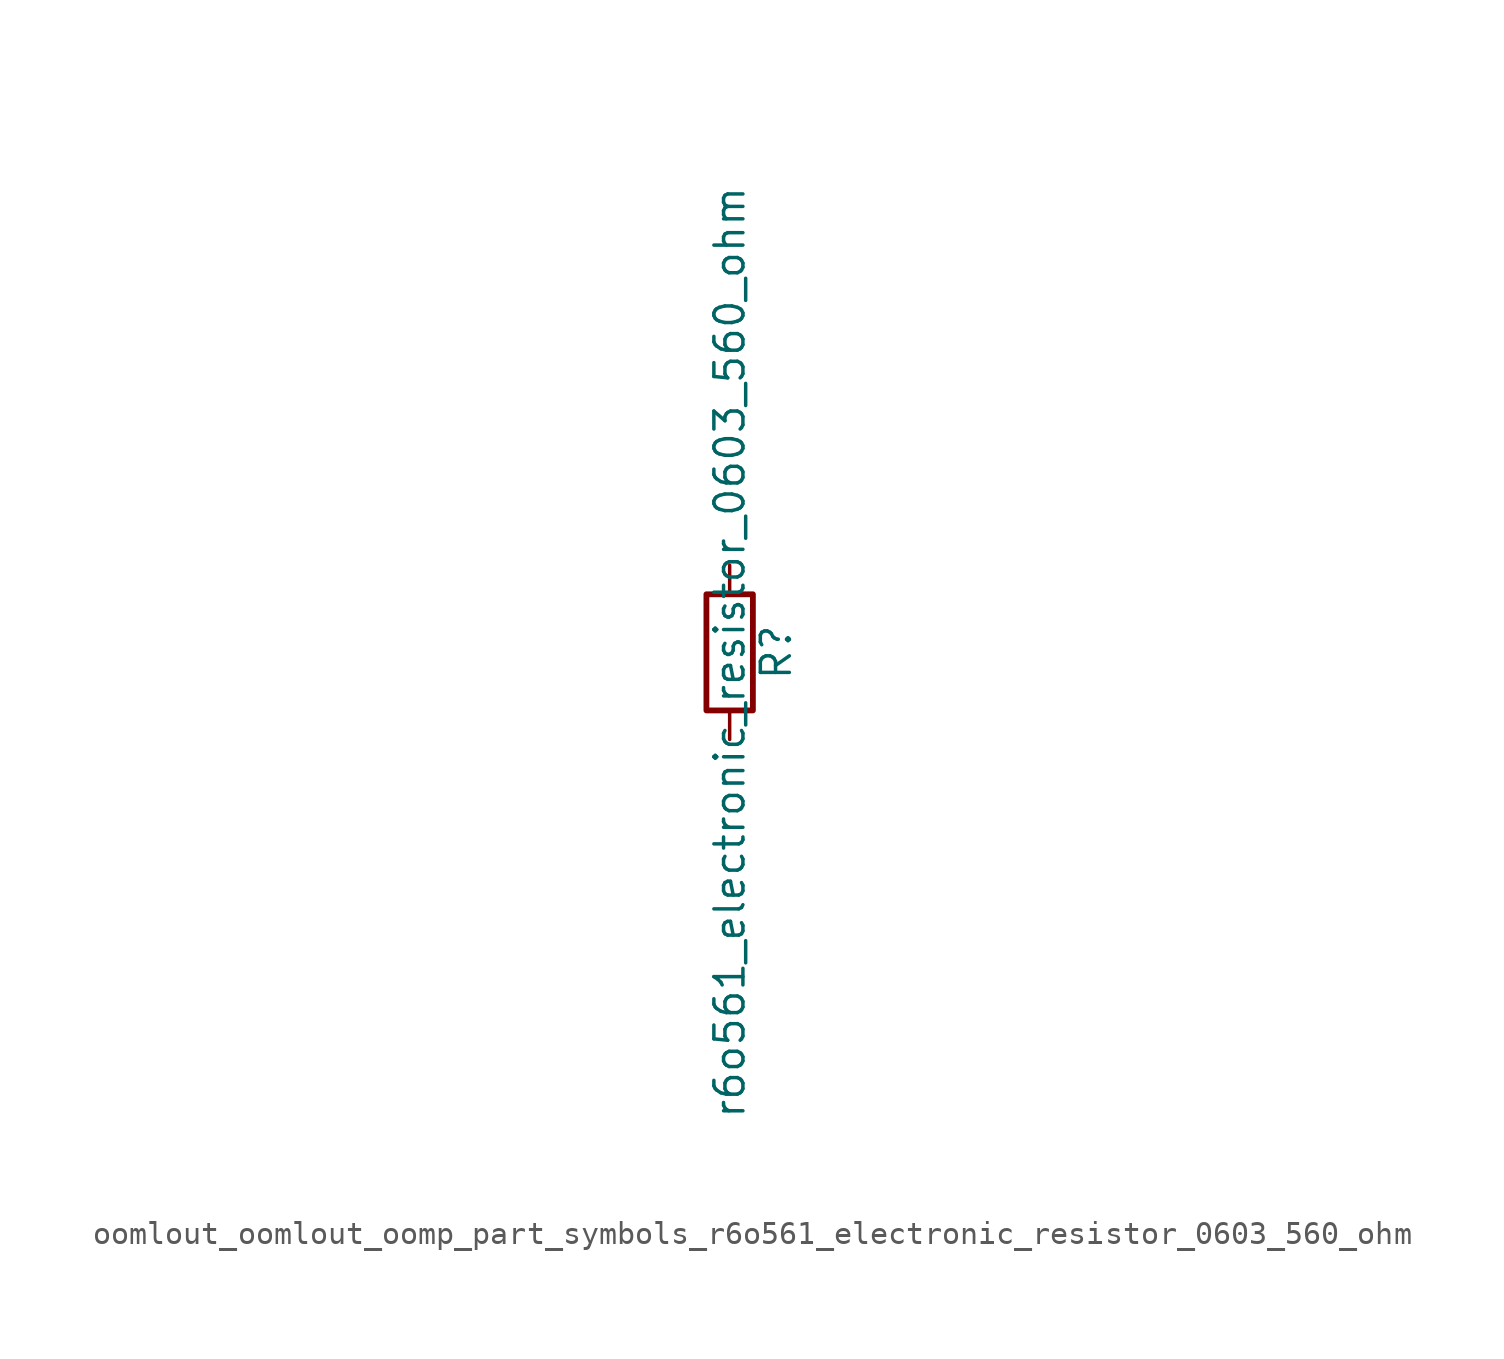
<source format=kicad_sym>
(kicad_symbol_lib
  (version 20220914)
  (generator kicad_symbol_editor)
  (symbol "oomlout_oomlout_oomp_part_symbols_r6o561_electronic_resistor_0603_560_ohm"
    (pin_numbers hide)
    (pin_names
      (offset 0))
    (property "Reference" "R"
      (at 2.032 0 90)
      (effects (font (size 1.27 1.27))))
    (property "Value" "r6o561_electronic_resistor_0603_560_ohm"
      (at 0 0 90)
      (effects (font (size 1.27 1.27))))
    (symbol "oomlout_oomlout_oomp_part_symbols_r6o561_electronic_resistor_0603_560_ohm_0_1"
      (rectangle (start -1.016 -2.54) (end 1.016 2.54) (stroke (width 0.254) (type default)) (fill (type none))))
    (symbol "oomlout_oomlout_oomp_part_symbols_r6o561_electronic_resistor_0603_560_ohm_1_1"
      (pin passive line (at 0 3.81 270) (length 1.27) (name "~" (effects (font (size 1.27 1.27)))) (number "1" (effects (font (size 1.27 1.27)))))
      (pin passive line (at 0 -3.81 90) (length 1.27) (name "~" (effects (font (size 1.27 1.27)))) (number "2" (effects (font (size 1.27 1.27))))))))
</source>
